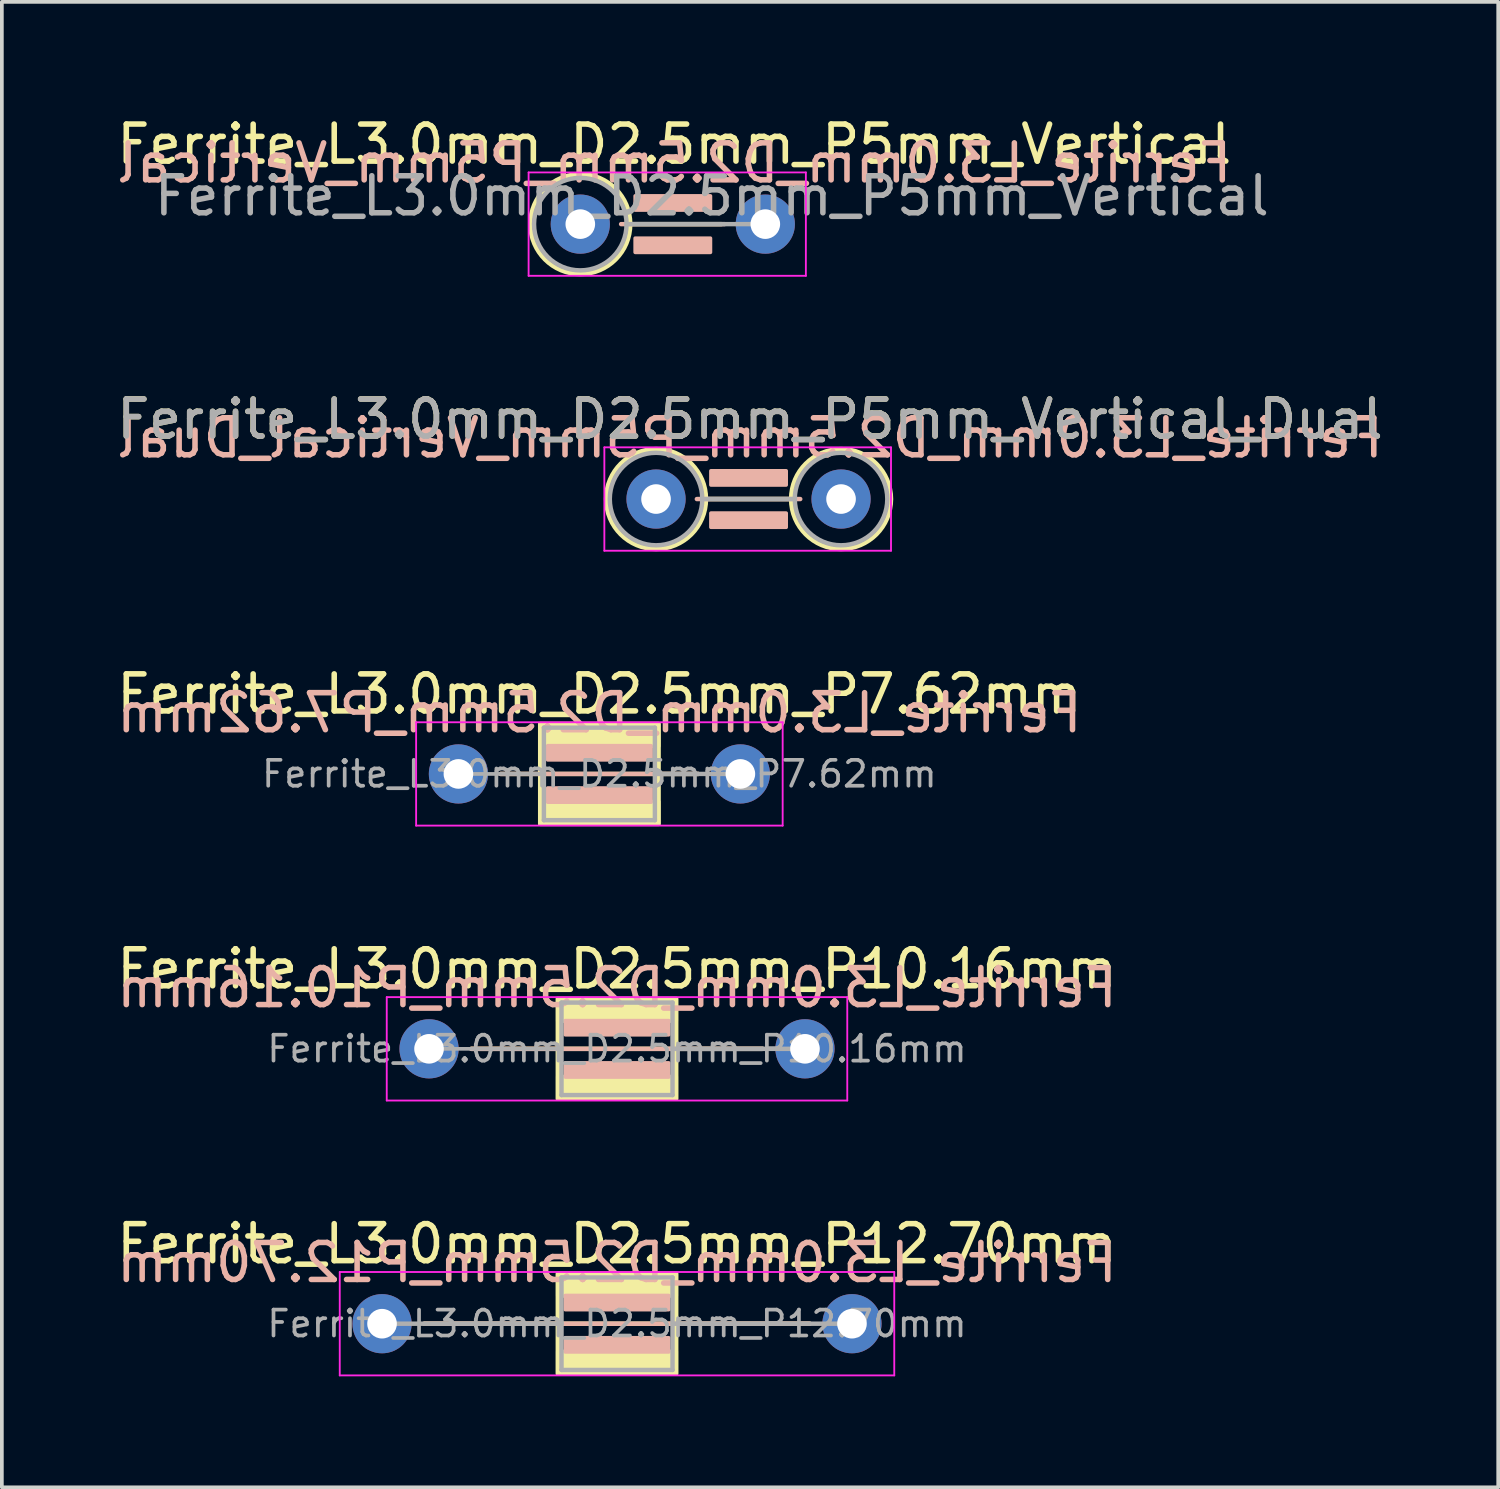
<source format=kicad_pcb>
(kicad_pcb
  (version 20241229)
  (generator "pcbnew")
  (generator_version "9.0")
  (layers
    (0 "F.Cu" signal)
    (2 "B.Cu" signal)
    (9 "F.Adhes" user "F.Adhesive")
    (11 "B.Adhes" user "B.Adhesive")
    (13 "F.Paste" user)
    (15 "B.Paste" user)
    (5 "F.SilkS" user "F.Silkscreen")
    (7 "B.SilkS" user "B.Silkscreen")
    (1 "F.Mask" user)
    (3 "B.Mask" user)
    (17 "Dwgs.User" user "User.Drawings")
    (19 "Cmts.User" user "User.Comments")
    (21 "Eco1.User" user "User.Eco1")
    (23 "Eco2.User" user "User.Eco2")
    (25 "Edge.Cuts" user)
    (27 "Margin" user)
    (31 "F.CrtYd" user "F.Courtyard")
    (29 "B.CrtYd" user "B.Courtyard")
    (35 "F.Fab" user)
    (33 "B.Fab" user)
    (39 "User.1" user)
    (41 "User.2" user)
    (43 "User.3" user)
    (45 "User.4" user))
  (footprint "Ferrite_L3.0mm_D2.5mm_P10.16mm"
    (layer "F.Cu")
    (at 8.545 25.295)
    (property "Reference" "Ferrite_L3.0mm_D2.5mm_P10.16mm" (at 5.08 -2.159 0) (layer "F.SilkS") (effects (font (size 1 1) (thickness 0.15))))
    (fp_line (start 6.694 0.000002) (end 1.143 0) (stroke (width 0.12) (type solid)) (layer "F.SilkS"))
    (fp_line (start 6.694 0.000002) (end 9.017 0) (stroke (width 0.12) (type solid)) (layer "F.SilkS"))
    (fp_rect (start 3.48 -1.35) (end 6.68 1.35) (stroke (width 0.12) (type solid)) (fill no) (layer "F.SilkS"))
    (fp_poly (pts (xy 6.68 -0.75) (xy 3.48 -0.75) (xy 3.48 -1.35) (xy 6.68 -1.35)) (stroke (width 0.1) (type solid)) (fill yes) (layer "F.SilkS"))
    (fp_poly (pts (xy 6.68 1.35) (xy 3.48 1.35) (xy 3.48 0.75) (xy 6.68 0.75)) (stroke (width 0.1) (type solid)) (fill yes) (layer "F.SilkS"))
    (fp_line (start 1.143 0) (end 9.017 0) (stroke (width 0.12) (type solid)) (layer "B.SilkS"))
    (fp_rect (start 3.683 -0.762) (end 6.477 -0.381) (stroke (width 0.1) (type solid)) (fill yes) (layer "B.SilkS"))
    (fp_rect (start 3.683 0.381) (end 6.477 0.762) (stroke (width 0.1) (type solid)) (fill yes) (layer "B.SilkS"))
    (fp_line (start -1.143 -1.397) (end 11.303 -1.397) (stroke (width 0.05) (type solid)) (layer "F.CrtYd"))
    (fp_line (start -1.143 1.397) (end -1.143 -1.397) (stroke (width 0.05) (type solid)) (layer "F.CrtYd"))
    (fp_line (start 11.303 -1.397) (end 11.303 1.397) (stroke (width 0.05) (type solid)) (layer "F.CrtYd"))
    (fp_line (start 11.303 1.397) (end -1.143 1.397) (stroke (width 0.05) (type solid)) (layer "F.CrtYd"))
    (fp_line (start 0 0) (end 3.58 0) (stroke (width 0.1) (type solid)) (layer "F.Fab"))
    (fp_line (start 3.58 -1.25) (end 3.58 0) (stroke (width 0.12) (type solid)) (layer "F.Fab"))
    (fp_line (start 3.58 0) (end 3.58 1.25) (stroke (width 0.12) (type solid)) (layer "F.Fab"))
    (fp_line (start 3.58 1.25) (end 6.58 1.25) (stroke (width 0.12) (type solid)) (layer "F.Fab"))
    (fp_line (start 6.58 -1.25) (end 3.58 -1.25) (stroke (width 0.12) (type solid)) (layer "F.Fab"))
    (fp_line (start 6.58 0) (end 10.16 0) (stroke (width 0.12) (type solid)) (layer "F.Fab"))
    (fp_line (start 6.58 1.25) (end 6.58 -1.25) (stroke (width 0.12) (type solid)) (layer "F.Fab"))
    (fp_text user "${REFERENCE}" (at 5.08 -1.651 0) (layer "B.SilkS") (effects (font (size 1 1) (thickness 0.15)) (justify mirror)))
    (fp_text user "${REFERENCE}" (at 5.08 0 0) (layer "F.Fab") (effects (font (size 0.7 0.7) (thickness 0.1))))
    (pad "1" thru_hole circle (at 0 0) (size 1.6 1.6) (drill 0.8) (layers "*.Cu" "*.Mask"))
    (pad "2" thru_hole circle (at 10.16 0) (size 1.6 1.6) (drill 0.8) (layers "*.Cu" "*.Mask")))
  (footprint "Ferrite_L3.0mm_D2.5mm_P7.62mm"
    (layer "F.Cu")
    (at 9.339 17.866)
    (property "Reference" "Ferrite_L3.0mm_D2.5mm_P7.62mm" (at 3.81 -2.159 0) (layer "F.SilkS") (effects (font (size 1 1) (thickness 0.15))))
    (fp_line (start 5.424 0.000002) (end 1.143 0) (stroke (width 0.12) (type solid)) (layer "F.SilkS"))
    (fp_line (start 5.424 0.000002) (end 6.477 0) (stroke (width 0.12) (type solid)) (layer "F.SilkS"))
    (fp_rect (start 2.21 -1.35) (end 5.41 1.35) (stroke (width 0.12) (type solid)) (fill no) (layer "F.SilkS"))
    (fp_poly (pts (xy 5.41 -0.75) (xy 2.21 -0.75) (xy 2.21 -1.35) (xy 5.41 -1.35)) (stroke (width 0.1) (type solid)) (fill yes) (layer "F.SilkS"))
    (fp_poly (pts (xy 5.41 1.35) (xy 2.21 1.35) (xy 2.21 0.75) (xy 5.41 0.75)) (stroke (width 0.1) (type solid)) (fill yes) (layer "F.SilkS"))
    (fp_line (start 1.143 0) (end 6.477 0) (stroke (width 0.12) (type solid)) (layer "B.SilkS"))
    (fp_rect (start 2.413 -0.762) (end 5.207 -0.381) (stroke (width 0.1) (type solid)) (fill yes) (layer "B.SilkS"))
    (fp_rect (start 2.413 0.381) (end 5.207 0.762) (stroke (width 0.1) (type solid)) (fill yes) (layer "B.SilkS"))
    (fp_line (start -1.143 -1.397) (end 8.763 -1.397) (stroke (width 0.05) (type solid)) (layer "F.CrtYd"))
    (fp_line (start -1.143 1.397) (end -1.143 -1.397) (stroke (width 0.05) (type solid)) (layer "F.CrtYd"))
    (fp_line (start 8.763 -1.397) (end 8.763 1.397) (stroke (width 0.05) (type solid)) (layer "F.CrtYd"))
    (fp_line (start 8.763 1.397) (end -1.143 1.397) (stroke (width 0.05) (type solid)) (layer "F.CrtYd"))
    (fp_line (start 0 0) (end 2.31 0) (stroke (width 0.1) (type solid)) (layer "F.Fab"))
    (fp_line (start 2.31 -1.25) (end 2.31 0) (stroke (width 0.12) (type solid)) (layer "F.Fab"))
    (fp_line (start 2.31 0) (end 2.31 1.25) (stroke (width 0.12) (type solid)) (layer "F.Fab"))
    (fp_line (start 2.31 1.25) (end 5.31 1.25) (stroke (width 0.12) (type solid)) (layer "F.Fab"))
    (fp_line (start 5.31 -1.25) (end 2.31 -1.25) (stroke (width 0.12) (type solid)) (layer "F.Fab"))
    (fp_line (start 5.31 0) (end 7.62 0) (stroke (width 0.12) (type solid)) (layer "F.Fab"))
    (fp_line (start 5.31 1.25) (end 5.31 -1.25) (stroke (width 0.12) (type solid)) (layer "F.Fab"))
    (fp_text user "${REFERENCE}" (at 3.81 -1.651 0) (layer "B.SilkS") (effects (font (size 1 1) (thickness 0.15)) (justify mirror)))
    (fp_text user "${REFERENCE}" (at 3.81 0 0) (layer "F.Fab") (effects (font (size 0.7 0.7) (thickness 0.1))))
    (pad "1" thru_hole circle (at 0 0) (size 1.6 1.6) (drill 0.8) (layers "*.Cu" "*.Mask"))
    (pad "2" thru_hole circle (at 7.62 0) (size 1.6 1.6) (drill 0.8) (layers "*.Cu" "*.Mask")))
  (footprint "Ferrite_L3.0mm_D2.5mm_P5mm_Vertical"
    (layer "F.Cu")
    (at 12.633 3.007)
    (property "Reference" "Ferrite_L3.0mm_D2.5mm_P5mm_Vertical" (at 2.54 -2.159 0) (layer "F.SilkS") (effects (font (size 1 1) (thickness 0.15))))
    (fp_line (start 1.35 0) (end 3.81 0) (stroke (width 0.12) (type solid)) (layer "F.SilkS"))
    (fp_circle (center 0 0) (end 1.35 0) (stroke (width 0.12) (type solid)) (fill no) (layer "F.SilkS"))
    (fp_line (start 3.897 0) (end 1.103 0) (stroke (width 0.12) (type solid)) (layer "B.SilkS"))
    (fp_rect (start 1.484 -0.762) (end 3.516 -0.381) (stroke (width 0.1) (type solid)) (fill yes) (layer "B.SilkS"))
    (fp_rect (start 1.484 0.381) (end 3.516 0.762) (stroke (width 0.1) (type solid)) (fill yes) (layer "B.SilkS"))
    (fp_line (start -1.397 -1.397) (end 6.096 -1.397) (stroke (width 0.05) (type solid)) (layer "F.CrtYd"))
    (fp_line (start -1.397 1.397) (end -1.397 -1.397) (stroke (width 0.05) (type solid)) (layer "F.CrtYd"))
    (fp_line (start 6.096 -1.397) (end 6.096 1.397) (stroke (width 0.05) (type solid)) (layer "F.CrtYd"))
    (fp_line (start 6.096 1.397) (end -1.397 1.397) (stroke (width 0.05) (type solid)) (layer "F.CrtYd"))
    (fp_line (start 1.25 0) (end 5 0) (stroke (width 0.12) (type solid)) (layer "F.Fab"))
    (fp_circle (center 0 0) (end 1.25 0) (stroke (width 0.12) (type solid)) (fill no) (layer "F.Fab"))
    (fp_text user "${REFERENCE}" (at 2.54 -1.651 0) (layer "B.SilkS") (effects (font (size 1 1) (thickness 0.15)) (justify mirror)))
    (fp_text user "${REFERENCE}" (at 3.556 -0.762 0) (layer "F.Fab") (effects (font (size 1 1) (thickness 0.15))))
    (pad "1" thru_hole circle (at 0 0) (size 1.6 1.6) (drill 0.8) (layers "*.Cu" "*.Mask"))
    (pad "2" thru_hole circle (at 5 0) (size 1.6 1.6) (drill 0.8) (layers "*.Cu" "*.Mask")))
  (footprint "Ferrite_L3.0mm_D2.5mm_P5mm_Vertical_Dual"
    (layer "F.Cu")
    (at 14.68 10.437)
    (property "Reference" "Ferrite_L3.0mm_D2.5mm_P5mm_Vertical_Dual" (at 2.54 -2.159 0) (layer "F.SilkS") (effects (font (size 1 1) (thickness 0.15))))
    (fp_line (start 1.35 0) (end 3.65 0) (stroke (width 0.12) (type solid)) (layer "F.SilkS"))
    (fp_circle (center 0 0) (end 1.35 0) (stroke (width 0.12) (type solid)) (fill no) (layer "F.SilkS"))
    (fp_circle (center 5 0) (end 6.35 0) (stroke (width 0.12) (type solid)) (fill no) (layer "F.SilkS"))
    (fp_line (start 3.897 0) (end 1.103 0) (stroke (width 0.12) (type solid)) (layer "B.SilkS"))
    (fp_rect (start 1.484 -0.762) (end 3.516 -0.381) (stroke (width 0.1) (type solid)) (fill yes) (layer "B.SilkS"))
    (fp_rect (start 1.484 0.381) (end 3.516 0.762) (stroke (width 0.1) (type solid)) (fill yes) (layer "B.SilkS"))
    (fp_line (start -1.397 -1.397) (end 6.35 -1.397) (stroke (width 0.05) (type solid)) (layer "F.CrtYd"))
    (fp_line (start -1.397 1.397) (end -1.397 -1.397) (stroke (width 0.05) (type solid)) (layer "F.CrtYd"))
    (fp_line (start 6.35 -1.397) (end 6.35 1.397) (stroke (width 0.05) (type solid)) (layer "F.CrtYd"))
    (fp_line (start 6.35 1.397) (end -1.397 1.397) (stroke (width 0.05) (type solid)) (layer "F.CrtYd"))
    (fp_line (start 1.25 0) (end 3.75 0) (stroke (width 0.12) (type solid)) (layer "F.Fab"))
    (fp_circle (center 0 0) (end 1.25 0) (stroke (width 0.12) (type solid)) (fill no) (layer "F.Fab"))
    (fp_circle (center 5 0) (end 6.25 0) (stroke (width 0.12) (type solid)) (fill no) (layer "F.Fab"))
    (fp_text user "${REFERENCE}" (at 2.54 -1.651 0) (layer "B.SilkS") (effects (font (size 1 1) (thickness 0.15)) (justify mirror)))
    (fp_text user "${REFERENCE}" (at 2.54 -2.158 0) (layer "F.Fab") (effects (font (size 1 1) (thickness 0.15))))
    (pad "1" thru_hole circle (at 0 0) (size 1.6 1.6) (drill 0.8) (layers "*.Cu" "*.Mask"))
    (pad "2" thru_hole circle (at 5 0) (size 1.6 1.6) (drill 0.8) (layers "*.Cu" "*.Mask")))
  (footprint "Ferrite_L3.0mm_D2.5mm_P12.70mm"
    (layer "F.Cu")
    (at 7.275 32.724)
    (property "Reference" "Ferrite_L3.0mm_D2.5mm_P12.70mm" (at 6.35 -2.159 0) (layer "F.SilkS") (effects (font (size 1 1) (thickness 0.15))))
    (fp_line (start 7.964 0.000002) (end 1.143 0) (stroke (width 0.12) (type solid)) (layer "F.SilkS"))
    (fp_line (start 7.964 0.000002) (end 11.557 0) (stroke (width 0.12) (type solid)) (layer "F.SilkS"))
    (fp_rect (start 4.75 -1.35) (end 7.95 1.35) (stroke (width 0.12) (type solid)) (fill no) (layer "F.SilkS"))
    (fp_poly (pts (xy 7.95 -0.75) (xy 4.75 -0.75) (xy 4.75 -1.35) (xy 7.95 -1.35)) (stroke (width 0.1) (type solid)) (fill yes) (layer "F.SilkS"))
    (fp_poly (pts (xy 7.95 1.35) (xy 4.75 1.35) (xy 4.75 0.75) (xy 7.95 0.75)) (stroke (width 0.1) (type solid)) (fill yes) (layer "F.SilkS"))
    (fp_line (start 1.143 0) (end 11.557 0) (stroke (width 0.12) (type solid)) (layer "B.SilkS"))
    (fp_rect (start 4.953 -0.762) (end 7.747 -0.381) (stroke (width 0.1) (type solid)) (fill yes) (layer "B.SilkS"))
    (fp_rect (start 4.953 0.381) (end 7.747 0.762) (stroke (width 0.1) (type solid)) (fill yes) (layer "B.SilkS"))
    (fp_line (start -1.143 -1.397) (end 13.843 -1.397) (stroke (width 0.05) (type solid)) (layer "F.CrtYd"))
    (fp_line (start -1.143 1.397) (end -1.143 -1.397) (stroke (width 0.05) (type solid)) (layer "F.CrtYd"))
    (fp_line (start 13.843 -1.397) (end 13.843 1.397) (stroke (width 0.05) (type solid)) (layer "F.CrtYd"))
    (fp_line (start 13.843 1.397) (end -1.143 1.397) (stroke (width 0.05) (type solid)) (layer "F.CrtYd"))
    (fp_line (start 4.85 -1.25) (end 4.85 0) (stroke (width 0.12) (type solid)) (layer "F.Fab"))
    (fp_line (start 4.85 0) (end 0 0) (stroke (width 0.12) (type solid)) (layer "F.Fab"))
    (fp_line (start 4.85 0) (end 4.85 1.25) (stroke (width 0.12) (type solid)) (layer "F.Fab"))
    (fp_line (start 4.85 1.25) (end 7.85 1.25) (stroke (width 0.12) (type solid)) (layer "F.Fab"))
    (fp_line (start 7.85 -1.25) (end 4.85 -1.25) (stroke (width 0.12) (type solid)) (layer "F.Fab"))
    (fp_line (start 7.85 0) (end 12.7 0) (stroke (width 0.12) (type solid)) (layer "F.Fab"))
    (fp_line (start 7.85 1.25) (end 7.85 -1.25) (stroke (width 0.12) (type solid)) (layer "F.Fab"))
    (fp_text user "${REFERENCE}" (at 6.35 -1.651 0) (layer "B.SilkS") (effects (font (size 1 1) (thickness 0.15)) (justify mirror)))
    (fp_text user "${REFERENCE}" (at 6.35 0 0) (layer "F.Fab") (effects (font (size 0.7 0.7) (thickness 0.1))))
    (pad "1" thru_hole circle (at 0 0) (size 1.6 1.6) (drill 0.8) (layers "*.Cu" "*.Mask"))
    (pad "2" thru_hole circle (at 12.7 0) (size 1.6 1.6) (drill 0.8) (layers "*.Cu" "*.Mask")))
  (gr_rect
    (start -3 -3)
    (end 37.44 37.146)
    (stroke (width 0.1) (type default))
    (fill no)
    (layer "Edge.Cuts")))
</source>
